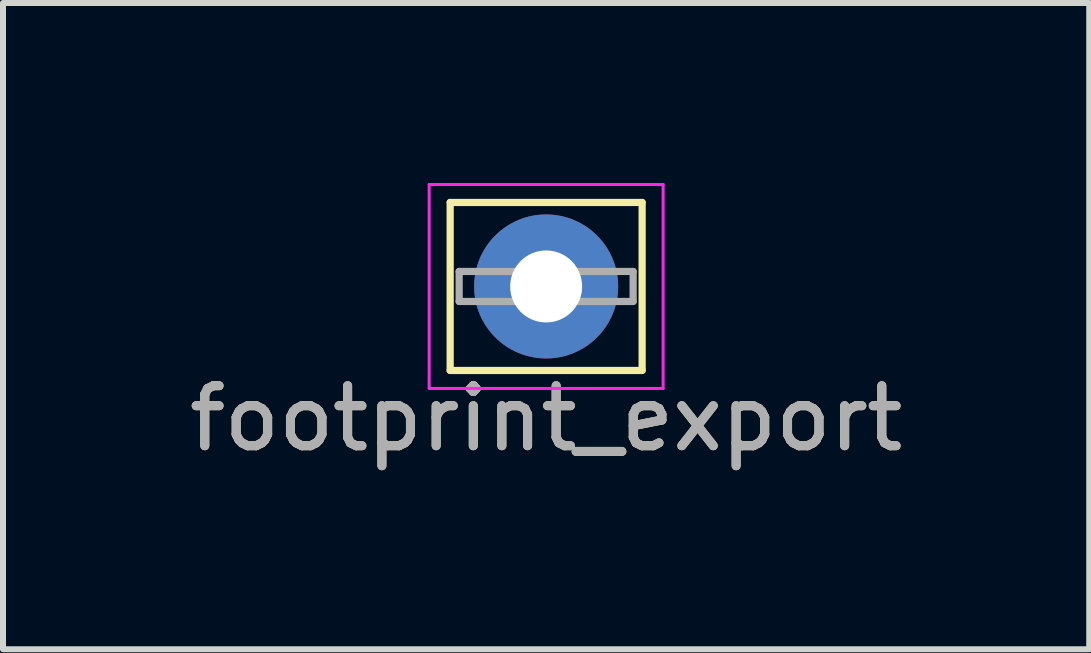
<source format=kicad_pcb>
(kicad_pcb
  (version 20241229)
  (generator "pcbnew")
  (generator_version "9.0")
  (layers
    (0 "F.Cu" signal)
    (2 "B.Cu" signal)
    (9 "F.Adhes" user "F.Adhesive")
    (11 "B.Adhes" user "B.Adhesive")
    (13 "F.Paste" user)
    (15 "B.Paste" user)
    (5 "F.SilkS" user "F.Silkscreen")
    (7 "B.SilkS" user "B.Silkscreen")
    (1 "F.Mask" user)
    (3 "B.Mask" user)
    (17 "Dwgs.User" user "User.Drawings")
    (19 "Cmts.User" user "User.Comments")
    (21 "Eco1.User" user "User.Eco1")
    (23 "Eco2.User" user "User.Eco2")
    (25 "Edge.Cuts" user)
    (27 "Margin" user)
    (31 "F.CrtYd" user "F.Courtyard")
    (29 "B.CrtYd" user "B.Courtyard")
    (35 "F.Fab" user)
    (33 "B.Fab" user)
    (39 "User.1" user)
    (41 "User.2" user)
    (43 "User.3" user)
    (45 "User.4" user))
  (footprint "footprint_export"
    (layer "F.Cu")
    (at 6.054 1.725)
    (property "Reference" "footprint_export" (at 0 2.2 0) (layer "F.SilkS") (effects (font (size 1 1) (thickness 0.15))))
    (attr through_hole)
    (fp_line (start -1.6 -1.4) (end 1.6 -1.4) (stroke (width 0.12) (type solid)) (layer "F.SilkS"))
    (fp_line (start -1.6 1.4) (end -1.6 -1.4) (stroke (width 0.12) (type solid)) (layer "F.SilkS"))
    (fp_line (start 1.6 -1.4) (end 1.6 1.4) (stroke (width 0.12) (type solid)) (layer "F.SilkS"))
    (fp_line (start 1.6 1.4) (end -1.6 1.4) (stroke (width 0.12) (type solid)) (layer "F.SilkS"))
    (fp_line (start -1.95 -1.7) (end -1.95 1.7) (stroke (width 0.05) (type solid)) (layer "F.CrtYd"))
    (fp_line (start -1.95 -1.7) (end 1.95 -1.7) (stroke (width 0.05) (type solid)) (layer "F.CrtYd"))
    (fp_line (start 1.95 1.7) (end -1.95 1.7) (stroke (width 0.05) (type solid)) (layer "F.CrtYd"))
    (fp_line (start 1.95 1.7) (end 1.95 -1.7) (stroke (width 0.05) (type solid)) (layer "F.CrtYd"))
    (fp_line (start -1.45 -0.25) (end 1.45 -0.25) (stroke (width 0.12) (type solid)) (layer "F.Fab"))
    (fp_line (start -1.45 0.25) (end -1.45 -0.25) (stroke (width 0.12) (type solid)) (layer "F.Fab"))
    (fp_line (start 1.45 -0.25) (end 1.45 0.25) (stroke (width 0.12) (type solid)) (layer "F.Fab"))
    (fp_line (start 1.45 0.25) (end -1.45 0.25) (stroke (width 0.12) (type solid)) (layer "F.Fab"))
    (fp_text user "${REFERENCE}" (at 0 2.2 0) (layer "F.Fab") (effects (font (size 1 1) (thickness 0.15))))
    (pad "1" thru_hole circle (at 0 0) (size 2.4 2.4) (drill 1.2) (layers "*.Cu" "*.Mask")))
  (gr_rect
    (start -3 -3)
    (end 15.107 7.773)
    (stroke (width 0.1) (type default))
    (fill no)
    (layer "Edge.Cuts")))
</source>
